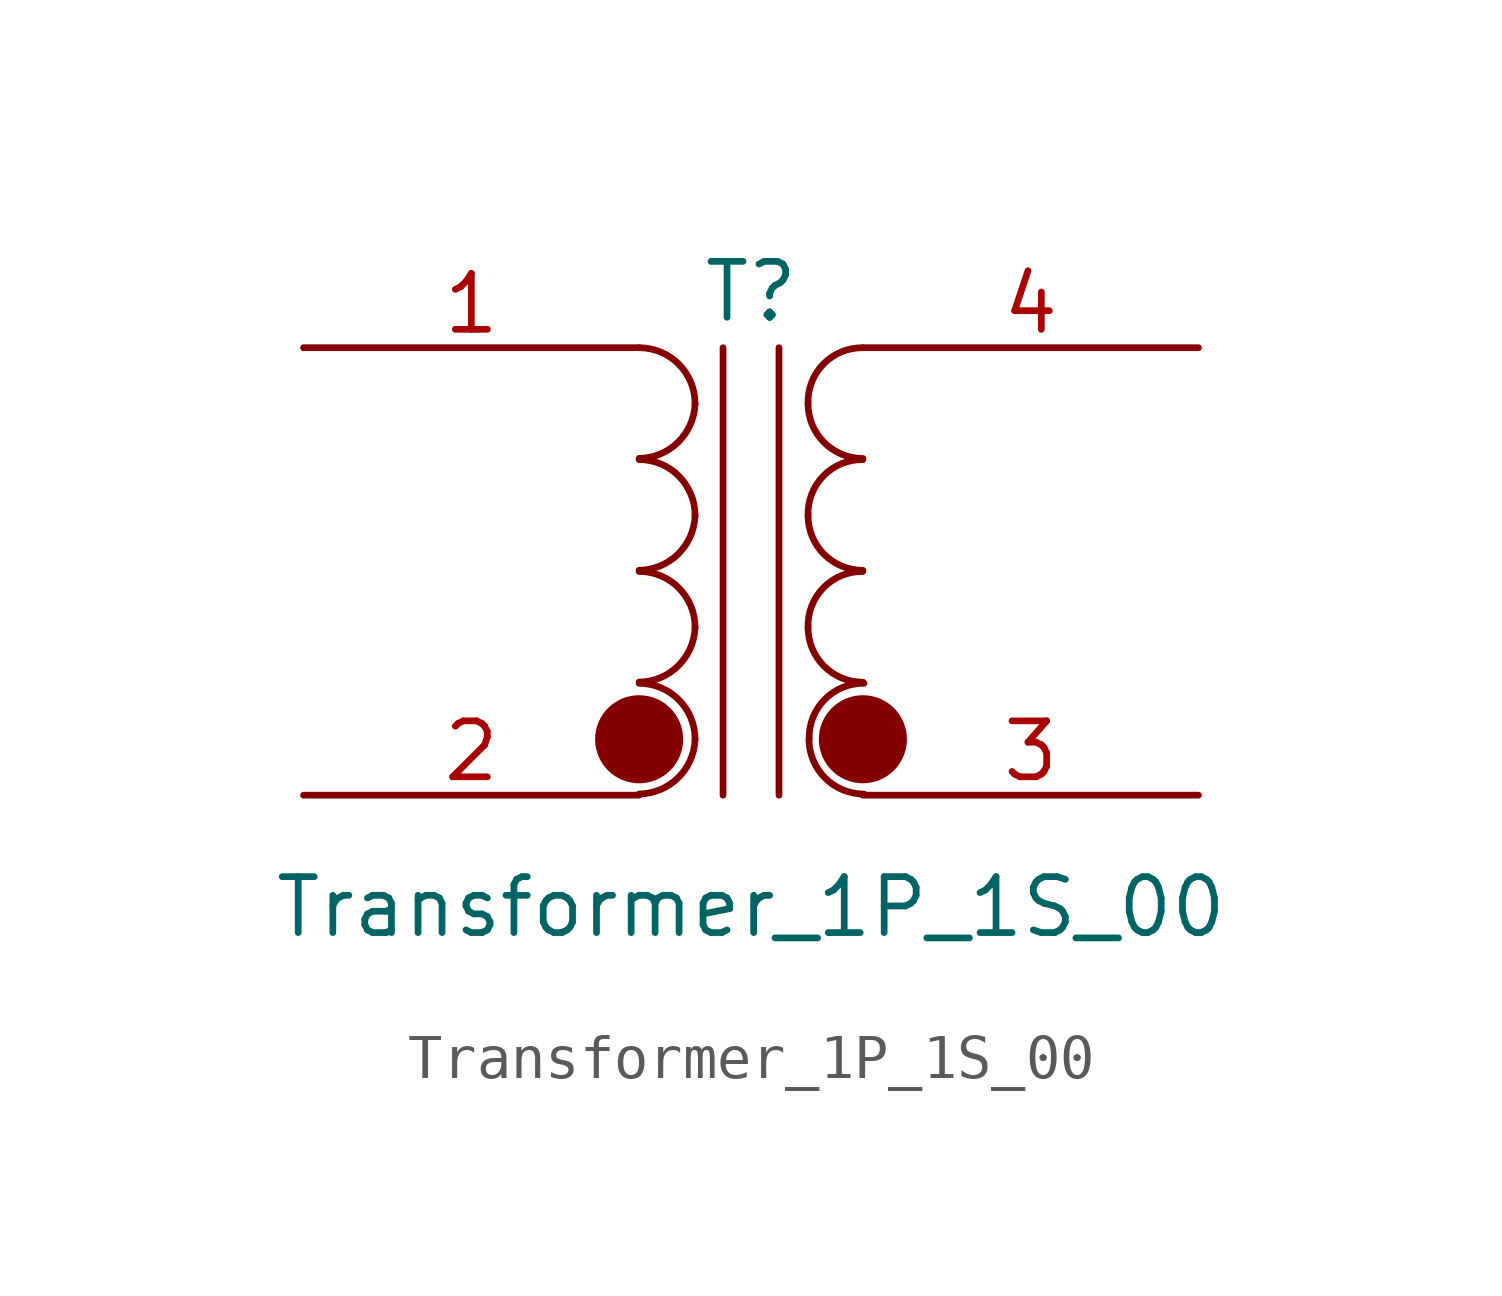
<source format=kicad_sym>
(kicad_symbol_lib
  (version 20220914)
  (generator kicad_symbol_editor)
  (symbol "Transformer_1P_1S_00"
    (pin_names
      (offset 1.016) hide)
    (property "Reference" "T"
      (at 0 6.35 0)
      (effects (font (size 1.27 1.27))))
    (property "Value" "Transformer_1P_1S_00"
      (at 0 -7.62 0)
      (effects (font (size 1.27 1.27))))
    (symbol "Transformer_1P_1S_00_0_1"
      (arc (start -2.54 -5.0546) (mid -1.6599 -4.6901) (end -1.27 -3.81) (stroke (width 0) (type default)) (fill (type none)))
      (arc (start -2.54 -2.5146) (mid -1.6599 -2.1501) (end -1.27 -1.27) (stroke (width 0) (type default)) (fill (type none)))
      (arc (start -2.54 0.0254) (mid -1.6599 0.3899) (end -1.27 1.27) (stroke (width 0) (type default)) (fill (type none)))
      (arc (start -2.54 2.5654) (mid -1.6599 2.9299) (end -1.27 3.81) (stroke (width 0) (type default)) (fill (type none)))
      (arc (start -1.27 -3.81) (mid -1.642 -2.912) (end -2.54 -2.54) (stroke (width 0) (type default)) (fill (type none)))
      (arc (start -1.27 -1.27) (mid -1.642 -0.372) (end -2.54 0) (stroke (width 0) (type default)) (fill (type none)))
      (arc (start -1.27 1.27) (mid -1.642 2.168) (end -2.54 2.54) (stroke (width 0) (type default)) (fill (type none)))
      (arc (start -1.27 3.81) (mid -1.642 4.708) (end -2.54 5.08) (stroke (width 0) (type default)) (fill (type none)))
      (polyline (pts (xy -0.635 5.08) (xy -0.635 -5.08)) (stroke (width 0) (type default)) (fill (type none)))
      (polyline (pts (xy 0.635 -5.08) (xy 0.635 5.08)) (stroke (width 0) (type default)) (fill (type none)))
      (arc (start 1.2954 -1.27) (mid 1.6599 -2.1501) (end 2.54 -2.5146) (stroke (width 0) (type default)) (fill (type none)))
      (arc (start 1.2954 1.27) (mid 1.6599 0.3899) (end 2.54 0.0254) (stroke (width 0) (type default)) (fill (type none)))
      (arc (start 1.2954 3.81) (mid 1.6599 2.9299) (end 2.54 2.5654) (stroke (width 0) (type default)) (fill (type none)))
      (arc (start 1.3208 -3.81) (mid 1.6853 -4.6901) (end 2.5654 -5.0546) (stroke (width 0) (type default)) (fill (type none)))
      (arc (start 2.54 0) (mid 1.642 -0.372) (end 1.2954 -1.27) (stroke (width 0) (type default)) (fill (type none)))
      (arc (start 2.54 2.54) (mid 1.642 2.168) (end 1.2954 1.27) (stroke (width 0) (type default)) (fill (type none)))
      (arc (start 2.54 5.08) (mid 1.642 4.708) (end 1.2954 3.81) (stroke (width 0) (type default)) (fill (type none)))
      (arc (start 2.5654 -2.54) (mid 1.6674 -2.912) (end 1.3208 -3.81) (stroke (width 0) (type default)) (fill (type none))))
    (symbol "Transformer_1P_1S_00_1_1"
      (circle (center -2.54 -3.81) (radius 0.0001) (stroke (width 1) (type default)) (fill (type none)))
      (circle (center 2.54 -3.81) (radius 0.0001) (stroke (width 1) (type default)) (fill (type none)))
      (pin passive line (at -10.16 5.08 0) (length 7.62) (name "AA" (effects (font (size 1.27 1.27)))) (number "1" (effects (font (size 1.27 1.27)))))
      (pin passive line (at -10.16 -5.08 0) (length 7.62) (name "AB" (effects (font (size 1.27 1.27)))) (number "2" (effects (font (size 1.27 1.27)))))
      (pin passive line (at 10.16 -5.08 180) (length 7.62) (name "SA" (effects (font (size 1.27 1.27)))) (number "3" (effects (font (size 1.27 1.27)))))
      (pin passive line (at 10.16 5.08 180) (length 7.62) (name "SB" (effects (font (size 1.27 1.27)))) (number "4" (effects (font (size 1.27 1.27))))))))
</source>
